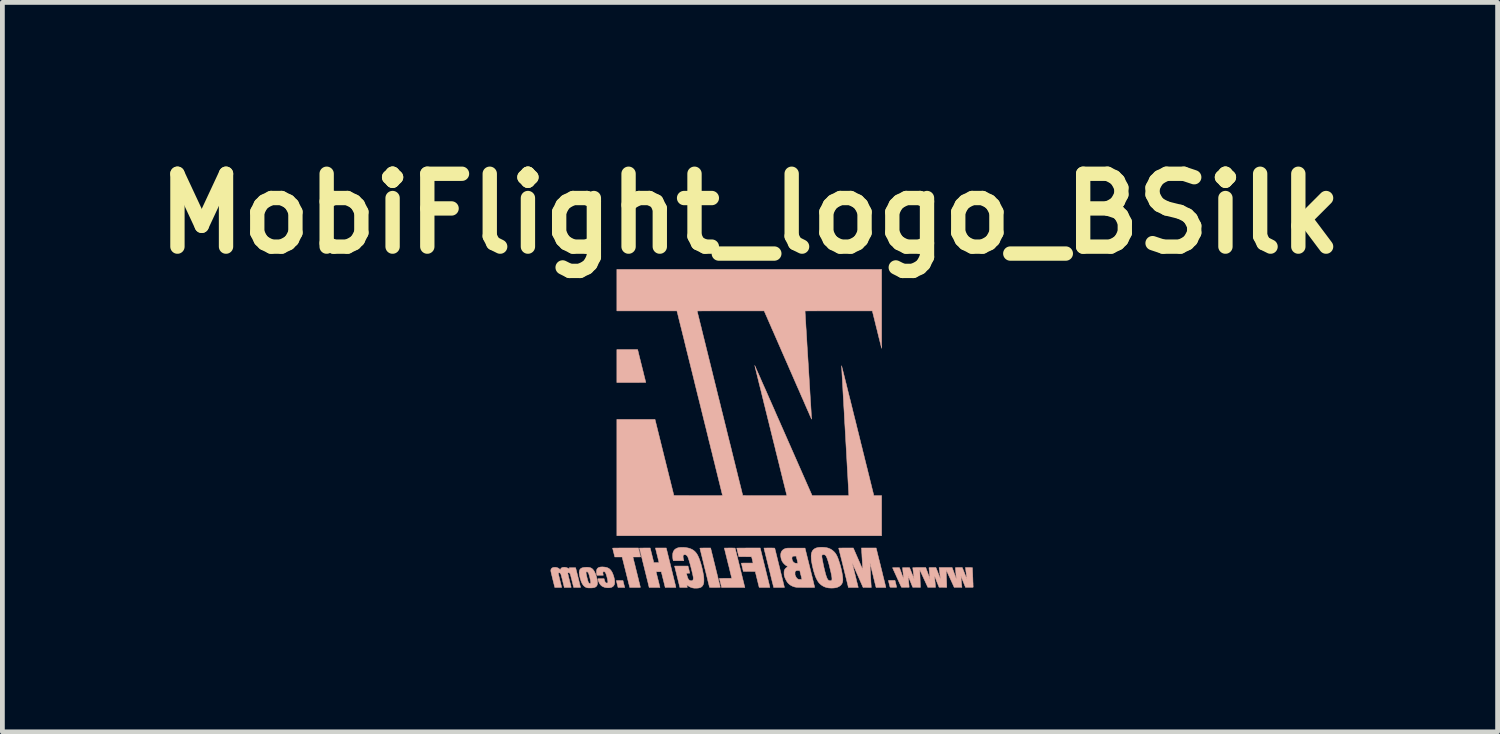
<source format=kicad_pcb>
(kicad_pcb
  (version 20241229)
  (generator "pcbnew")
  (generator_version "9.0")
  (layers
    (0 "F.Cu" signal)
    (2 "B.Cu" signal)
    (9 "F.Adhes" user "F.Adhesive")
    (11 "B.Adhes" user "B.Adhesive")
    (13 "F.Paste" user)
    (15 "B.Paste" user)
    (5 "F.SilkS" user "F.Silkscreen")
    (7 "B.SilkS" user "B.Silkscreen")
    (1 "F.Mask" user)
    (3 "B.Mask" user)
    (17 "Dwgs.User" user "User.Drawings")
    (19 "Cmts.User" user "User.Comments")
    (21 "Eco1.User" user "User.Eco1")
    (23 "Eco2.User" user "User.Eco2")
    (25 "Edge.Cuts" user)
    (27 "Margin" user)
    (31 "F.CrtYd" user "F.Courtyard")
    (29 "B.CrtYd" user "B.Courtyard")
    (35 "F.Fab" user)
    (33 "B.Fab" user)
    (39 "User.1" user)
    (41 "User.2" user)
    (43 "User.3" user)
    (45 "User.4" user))
  (footprint "MobiFlight_logo_BSilk"
    (layer "F.Cu")
    (at 12.885 5.918)
    (property "Reference" "MobiFlight_logo_BSilk" (at -0.25 -4.5 0) (layer "F.SilkS") (effects (font (size 1.524 1.524) (thickness 0.3))))
    (attr through_hole)
    (fp_poly (pts (xy -2.976 3.173) (xy -2.907 3.173) (xy -2.891 3.239) (xy -2.886 3.258) (xy -2.881 3.276) (xy -2.877 3.292) (xy -2.874 3.303) (xy -2.872 3.31) (xy -2.872 3.311) (xy -2.87 3.318) (xy -3.01 3.318) (xy -3.013 3.306) (xy -3.016 3.292) (xy -3.021 3.276) (xy -3.025 3.258) (xy -3.03 3.239) (xy -3.034 3.221) (xy -3.038 3.204) (xy -3.041 3.191) (xy -3.044 3.181) (xy -3.045 3.175) (xy -3.045 3.175) (xy -3.042 3.174) (xy -3.033 3.173) (xy -3.019 3.173) (xy -2.999 3.172) (xy -2.976 3.173)) (stroke (width 0.01) (type solid)) (fill yes) (layer "B.SilkS"))
    (fp_poly (pts (xy 2.784 3.181) (xy 2.788 3.194) (xy 2.792 3.211) (xy 2.796 3.229) (xy 2.801 3.247) (xy 2.805 3.265) (xy 2.809 3.282) (xy 2.813 3.296) (xy 2.815 3.306) (xy 2.816 3.311) (xy 2.816 3.311) (xy 2.813 3.313) (xy 2.805 3.314) (xy 2.793 3.314) (xy 2.777 3.315) (xy 2.76 3.315) (xy 2.742 3.315) (xy 2.724 3.315) (xy 2.708 3.314) (xy 2.694 3.313) (xy 2.684 3.312) (xy 2.679 3.311) (xy 2.678 3.311) (xy 2.677 3.305) (xy 2.674 3.295) (xy 2.67 3.281) (xy 2.666 3.265) (xy 2.662 3.247) (xy 2.657 3.229) (xy 2.653 3.212) (xy 2.65 3.196) (xy 2.647 3.184) (xy 2.645 3.176) (xy 2.645 3.174) (xy 2.645 3.172) (xy 2.648 3.171) (xy 2.653 3.17) (xy 2.662 3.169) (xy 2.675 3.169) (xy 2.692 3.169) (xy 2.713 3.169) (xy 2.781 3.169) (xy 2.784 3.181)) (stroke (width 0.01) (type solid)) (fill yes) (layer "B.SilkS"))
    (fp_poly (pts (xy -2.597 -1.645) (xy -2.596 -1.64) (xy -2.593 -1.63) (xy -2.589 -1.614) (xy -2.584 -1.593) (xy -2.578 -1.568) (xy -2.571 -1.539) (xy -2.563 -1.506) (xy -2.554 -1.47) (xy -2.544 -1.431) (xy -2.534 -1.39) (xy -2.523 -1.347) (xy -2.513 -1.306) (xy -2.502 -1.262) (xy -2.491 -1.219) (xy -2.481 -1.178) (xy -2.472 -1.14) (xy -2.463 -1.105) (xy -2.455 -1.073) (xy -2.448 -1.045) (xy -2.442 -1.021) (xy -2.437 -1.001) (xy -2.433 -0.987) (xy -2.431 -0.977) (xy -2.43 -0.974) (xy -2.43 -0.973) (xy -2.431 -0.972) (xy -2.433 -0.971) (xy -2.436 -0.971) (xy -2.441 -0.97) (xy -2.449 -0.97) (xy -2.459 -0.969) (xy -2.472 -0.969) (xy -2.489 -0.969) (xy -2.509 -0.969) (xy -2.534 -0.969) (xy -2.563 -0.969) (xy -2.597 -0.968) (xy -2.636 -0.968) (xy -2.68 -0.968) (xy -2.731 -0.968) (xy -2.732 -0.968) (xy -3.035 -0.968) (xy -3.035 -1.657) (xy -2.601 -1.657) (xy -2.597 -1.645)) (stroke (width 0.01) (type solid)) (fill yes) (layer "B.SilkS"))
    (fp_poly (pts (xy -0.973 2.901) (xy -0.961 2.951) (xy -0.949 2.999) (xy -0.938 3.045) (xy -0.927 3.089) (xy -0.917 3.129) (xy -0.908 3.167) (xy -0.899 3.201) (xy -0.892 3.231) (xy -0.885 3.258) (xy -0.88 3.279) (xy -0.876 3.296) (xy -0.873 3.307) (xy -0.872 3.313) (xy -0.872 3.313) (xy -0.875 3.314) (xy -0.883 3.315) (xy -0.896 3.316) (xy -0.913 3.316) (xy -0.933 3.317) (xy -0.954 3.317) (xy -0.977 3.317) (xy -1 3.317) (xy -1.023 3.317) (xy -1.044 3.317) (xy -1.062 3.317) (xy -1.078 3.316) (xy -1.089 3.315) (xy -1.096 3.315) (xy -1.097 3.314) (xy -1.098 3.31) (xy -1.1 3.301) (xy -1.104 3.286) (xy -1.109 3.266) (xy -1.115 3.242) (xy -1.122 3.215) (xy -1.13 3.183) (xy -1.138 3.149) (xy -1.147 3.112) (xy -1.157 3.073) (xy -1.167 3.032) (xy -1.177 2.989) (xy -1.188 2.946) (xy -1.199 2.903) (xy -1.21 2.859) (xy -1.22 2.816) (xy -1.23 2.774) (xy -1.241 2.733) (xy -1.25 2.694) (xy -1.259 2.657) (xy -1.268 2.623) (xy -1.275 2.592) (xy -1.282 2.565) (xy -1.288 2.541) (xy -1.292 2.522) (xy -1.296 2.508) (xy -1.298 2.499) (xy -1.299 2.496) (xy -1.295 2.495) (xy -1.286 2.494) (xy -1.271 2.493) (xy -1.25 2.493) (xy -1.224 2.492) (xy -1.193 2.492) (xy -1.187 2.492) (xy -1.074 2.492) (xy -0.973 2.901)) (stroke (width 0.01) (type solid)) (fill yes) (layer "B.SilkS"))
    (fp_poly (pts (xy 0.184 2.492) (xy 0.208 2.492) (xy 0.227 2.493) (xy 0.241 2.493) (xy 0.252 2.493) (xy 0.259 2.494) (xy 0.264 2.495) (xy 0.266 2.496) (xy 0.268 2.497) (xy 0.268 2.498) (xy 0.269 2.502) (xy 0.271 2.511) (xy 0.275 2.526) (xy 0.28 2.546) (xy 0.286 2.57) (xy 0.293 2.598) (xy 0.3 2.629) (xy 0.309 2.663) (xy 0.318 2.7) (xy 0.328 2.74) (xy 0.338 2.781) (xy 0.348 2.823) (xy 0.359 2.866) (xy 0.37 2.909) (xy 0.38 2.953) (xy 0.391 2.996) (xy 0.401 3.038) (xy 0.411 3.079) (xy 0.421 3.118) (xy 0.43 3.154) (xy 0.439 3.189) (xy 0.446 3.22) (xy 0.453 3.247) (xy 0.459 3.271) (xy 0.463 3.29) (xy 0.467 3.304) (xy 0.469 3.313) (xy 0.47 3.317) (xy 0.47 3.317) (xy 0.467 3.317) (xy 0.458 3.317) (xy 0.445 3.317) (xy 0.427 3.318) (xy 0.405 3.318) (xy 0.381 3.318) (xy 0.357 3.318) (xy 0.245 3.318) (xy 0.243 3.311) (xy 0.242 3.307) (xy 0.24 3.297) (xy 0.236 3.282) (xy 0.231 3.262) (xy 0.225 3.237) (xy 0.217 3.208) (xy 0.209 3.175) (xy 0.2 3.138) (xy 0.19 3.098) (xy 0.18 3.055) (xy 0.169 3.01) (xy 0.157 2.962) (xy 0.145 2.913) (xy 0.141 2.899) (xy 0.129 2.85) (xy 0.117 2.802) (xy 0.106 2.757) (xy 0.095 2.713) (xy 0.085 2.673) (xy 0.076 2.636) (xy 0.068 2.602) (xy 0.06 2.572) (xy 0.054 2.547) (xy 0.049 2.526) (xy 0.045 2.51) (xy 0.043 2.499) (xy 0.041 2.494) (xy 0.041 2.494) (xy 0.044 2.493) (xy 0.053 2.493) (xy 0.067 2.493) (xy 0.084 2.493) (xy 0.106 2.492) (xy 0.13 2.492) (xy 0.154 2.492) (xy 0.184 2.492)) (stroke (width 0.01) (type solid)) (fill yes) (layer "B.SilkS"))
    (fp_poly (pts (xy -2.262 2.797) (xy -2.153 2.797) (xy -2.154 2.79) (xy -2.155 2.786) (xy -2.158 2.776) (xy -2.162 2.761) (xy -2.166 2.742) (xy -2.172 2.719) (xy -2.178 2.693) (xy -2.185 2.665) (xy -2.192 2.638) (xy -2.228 2.492) (xy -2.115 2.492) (xy -2.002 2.492) (xy -1.901 2.901) (xy -1.889 2.951) (xy -1.877 2.999) (xy -1.866 3.045) (xy -1.855 3.089) (xy -1.845 3.13) (xy -1.836 3.167) (xy -1.827 3.201) (xy -1.82 3.232) (xy -1.813 3.258) (xy -1.808 3.28) (xy -1.804 3.296) (xy -1.802 3.308) (xy -1.8 3.313) (xy -1.8 3.314) (xy -1.801 3.315) (xy -1.805 3.316) (xy -1.813 3.317) (xy -1.824 3.317) (xy -1.84 3.317) (xy -1.86 3.317) (xy -1.886 3.317) (xy -1.912 3.317) (xy -2.024 3.316) (xy -2.065 3.152) (xy -2.106 2.988) (xy -2.215 2.988) (xy -2.176 3.146) (xy -2.168 3.176) (xy -2.161 3.206) (xy -2.154 3.232) (xy -2.149 3.256) (xy -2.144 3.277) (xy -2.14 3.293) (xy -2.137 3.304) (xy -2.135 3.31) (xy -2.135 3.311) (xy -2.133 3.318) (xy -2.359 3.318) (xy -2.362 3.306) (xy -2.363 3.301) (xy -2.366 3.29) (xy -2.37 3.274) (xy -2.375 3.253) (xy -2.381 3.228) (xy -2.388 3.199) (xy -2.396 3.167) (xy -2.405 3.132) (xy -2.414 3.094) (xy -2.424 3.055) (xy -2.434 3.014) (xy -2.445 2.971) (xy -2.455 2.928) (xy -2.466 2.885) (xy -2.477 2.842) (xy -2.487 2.799) (xy -2.498 2.758) (xy -2.507 2.717) (xy -2.517 2.679) (xy -2.526 2.643) (xy -2.534 2.61) (xy -2.541 2.581) (xy -2.548 2.554) (xy -2.553 2.532) (xy -2.557 2.515) (xy -2.56 2.503) (xy -2.562 2.496) (xy -2.562 2.494) (xy -2.559 2.494) (xy -2.55 2.493) (xy -2.537 2.493) (xy -2.519 2.493) (xy -2.498 2.493) (xy -2.474 2.492) (xy -2.45 2.492) (xy -2.338 2.492) (xy -2.262 2.797)) (stroke (width 0.01) (type solid)) (fill yes) (layer "B.SilkS"))
    (fp_poly (pts (xy -0.037 2.492) (xy 0.064 2.901) (xy 0.077 2.951) (xy 0.088 2.999) (xy 0.1 3.045) (xy 0.11 3.089) (xy 0.121 3.13) (xy 0.13 3.167) (xy 0.138 3.201) (xy 0.146 3.232) (xy 0.152 3.258) (xy 0.157 3.28) (xy 0.161 3.296) (xy 0.164 3.308) (xy 0.165 3.313) (xy 0.165 3.314) (xy 0.164 3.315) (xy 0.159 3.316) (xy 0.152 3.317) (xy 0.14 3.317) (xy 0.124 3.317) (xy 0.102 3.318) (xy 0.076 3.318) (xy 0.054 3.318) (xy 0.024 3.318) (xy -0.000318 3.318) (xy -0.019 3.318) (xy -0.034 3.317) (xy -0.044 3.317) (xy -0.052 3.316) (xy -0.056 3.315) (xy -0.059 3.314) (xy -0.059 3.313) (xy -0.06 3.309) (xy -0.063 3.3) (xy -0.066 3.285) (xy -0.071 3.266) (xy -0.077 3.244) (xy -0.083 3.218) (xy -0.09 3.189) (xy -0.098 3.159) (xy -0.101 3.146) (xy -0.141 2.983) (xy -0.266 2.982) (xy -0.39 2.981) (xy -0.411 2.896) (xy -0.416 2.874) (xy -0.421 2.854) (xy -0.425 2.836) (xy -0.429 2.822) (xy -0.431 2.813) (xy -0.432 2.809) (xy -0.432 2.809) (xy -0.429 2.809) (xy -0.42 2.808) (xy -0.406 2.808) (xy -0.388 2.807) (xy -0.367 2.807) (xy -0.342 2.807) (xy -0.315 2.807) (xy -0.309 2.807) (xy -0.187 2.807) (xy -0.189 2.795) (xy -0.19 2.788) (xy -0.193 2.776) (xy -0.197 2.761) (xy -0.201 2.743) (xy -0.204 2.729) (xy -0.218 2.675) (xy -0.351 2.674) (xy -0.484 2.673) (xy -0.506 2.585) (xy -0.511 2.562) (xy -0.516 2.542) (xy -0.52 2.524) (xy -0.524 2.51) (xy -0.526 2.5) (xy -0.527 2.495) (xy -0.527 2.495) (xy -0.524 2.494) (xy -0.515 2.494) (xy -0.501 2.494) (xy -0.481 2.493) (xy -0.458 2.493) (xy -0.43 2.493) (xy -0.399 2.493) (xy -0.365 2.493) (xy -0.329 2.492) (xy -0.29 2.492) (xy -0.282 2.492) (xy -0.037 2.492)) (stroke (width 0.01) (type solid)) (fill yes) (layer "B.SilkS"))
    (fp_poly (pts (xy -3.632 2.896) (xy -3.606 2.9) (xy -3.585 2.906) (xy -3.566 2.915) (xy -3.549 2.927) (xy -3.535 2.941) (xy -3.517 2.964) (xy -3.501 2.992) (xy -3.485 3.025) (xy -3.471 3.064) (xy -3.459 3.104) (xy -3.449 3.144) (xy -3.443 3.179) (xy -3.44 3.209) (xy -3.44 3.235) (xy -3.444 3.257) (xy -3.451 3.276) (xy -3.462 3.292) (xy -3.469 3.298) (xy -3.482 3.308) (xy -3.498 3.316) (xy -3.518 3.321) (xy -3.542 3.325) (xy -3.572 3.327) (xy -3.599 3.327) (xy -3.622 3.327) (xy -3.641 3.325) (xy -3.655 3.324) (xy -3.66 3.322) (xy -3.686 3.313) (xy -3.709 3.298) (xy -3.73 3.279) (xy -3.749 3.254) (xy -3.767 3.224) (xy -3.782 3.188) (xy -3.796 3.146) (xy -3.805 3.112) (xy -3.814 3.073) (xy -3.819 3.039) (xy -3.822 3.011) (xy -3.679 3.011) (xy -3.678 3.022) (xy -3.676 3.036) (xy -3.672 3.055) (xy -3.666 3.078) (xy -3.66 3.107) (xy -3.658 3.114) (xy -3.651 3.142) (xy -3.645 3.165) (xy -3.639 3.183) (xy -3.635 3.197) (xy -3.631 3.207) (xy -3.627 3.215) (xy -3.622 3.221) (xy -3.617 3.226) (xy -3.616 3.227) (xy -3.605 3.234) (xy -3.595 3.235) (xy -3.587 3.23) (xy -3.583 3.222) (xy -3.581 3.212) (xy -3.582 3.201) (xy -3.585 3.186) (xy -3.588 3.166) (xy -3.593 3.144) (xy -3.598 3.121) (xy -3.604 3.097) (xy -3.61 3.075) (xy -3.616 3.054) (xy -3.621 3.037) (xy -3.626 3.024) (xy -3.628 3.018) (xy -3.638 3.003) (xy -3.648 2.993) (xy -3.659 2.988) (xy -3.668 2.989) (xy -3.675 2.994) (xy -3.677 2.998) (xy -3.679 3.003) (xy -3.679 3.011) (xy -3.822 3.011) (xy -3.822 3.01) (xy -3.821 2.985) (xy -3.817 2.964) (xy -3.81 2.947) (xy -3.8 2.932) (xy -3.786 2.92) (xy -3.768 2.91) (xy -3.745 2.903) (xy -3.718 2.898) (xy -3.685 2.896) (xy -3.663 2.895) (xy -3.632 2.896)) (stroke (width 0.01) (type solid)) (fill yes) (layer "B.SilkS"))
    (fp_poly (pts (xy -2.854 2.492) (xy -2.583 2.492) (xy -2.561 2.582) (xy -2.555 2.605) (xy -2.55 2.626) (xy -2.546 2.645) (xy -2.542 2.66) (xy -2.539 2.67) (xy -2.538 2.675) (xy -2.538 2.676) (xy -2.538 2.677) (xy -2.542 2.678) (xy -2.55 2.679) (xy -2.562 2.679) (xy -2.579 2.68) (xy -2.601 2.68) (xy -2.617 2.68) (xy -2.639 2.68) (xy -2.659 2.68) (xy -2.676 2.68) (xy -2.688 2.68) (xy -2.696 2.681) (xy -2.699 2.681) (xy -2.698 2.684) (xy -2.696 2.693) (xy -2.692 2.707) (xy -2.688 2.726) (xy -2.682 2.75) (xy -2.675 2.778) (xy -2.667 2.809) (xy -2.658 2.844) (xy -2.649 2.882) (xy -2.639 2.922) (xy -2.629 2.964) (xy -2.621 2.995) (xy -2.61 3.039) (xy -2.6 3.081) (xy -2.59 3.12) (xy -2.581 3.157) (xy -2.573 3.192) (xy -2.565 3.222) (xy -2.558 3.249) (xy -2.553 3.272) (xy -2.548 3.291) (xy -2.545 3.304) (xy -2.544 3.311) (xy -2.543 3.313) (xy -2.544 3.315) (xy -2.547 3.316) (xy -2.552 3.316) (xy -2.561 3.317) (xy -2.573 3.317) (xy -2.589 3.318) (xy -2.611 3.318) (xy -2.637 3.318) (xy -2.654 3.318) (xy -2.765 3.318) (xy -2.768 3.306) (xy -2.77 3.301) (xy -2.772 3.291) (xy -2.776 3.275) (xy -2.781 3.255) (xy -2.788 3.23) (xy -2.795 3.201) (xy -2.803 3.168) (xy -2.812 3.132) (xy -2.821 3.094) (xy -2.832 3.053) (xy -2.842 3.011) (xy -2.848 2.987) (xy -2.925 2.68) (xy -3.078 2.68) (xy -3.1 2.592) (xy -3.106 2.569) (xy -3.111 2.548) (xy -3.116 2.529) (xy -3.119 2.514) (xy -3.122 2.504) (xy -3.123 2.498) (xy -3.124 2.498) (xy -3.124 2.497) (xy -3.123 2.496) (xy -3.121 2.495) (xy -3.117 2.495) (xy -3.112 2.494) (xy -3.104 2.494) (xy -3.093 2.493) (xy -3.079 2.493) (xy -3.062 2.493) (xy -3.04 2.493) (xy -3.014 2.493) (xy -2.984 2.492) (xy -2.948 2.492) (xy -2.907 2.492) (xy -2.86 2.492) (xy -2.854 2.492)) (stroke (width 0.01) (type solid)) (fill yes) (layer "B.SilkS"))
    (fp_poly (pts (xy -0.645 2.492) (xy -0.621 2.492) (xy -0.602 2.493) (xy -0.588 2.493) (xy -0.577 2.493) (xy -0.57 2.494) (xy -0.565 2.495) (xy -0.562 2.496) (xy -0.561 2.497) (xy -0.561 2.498) (xy -0.56 2.502) (xy -0.557 2.511) (xy -0.554 2.526) (xy -0.549 2.546) (xy -0.543 2.571) (xy -0.535 2.6) (xy -0.527 2.633) (xy -0.518 2.669) (xy -0.508 2.709) (xy -0.498 2.752) (xy -0.487 2.797) (xy -0.475 2.844) (xy -0.463 2.893) (xy -0.461 2.902) (xy -0.449 2.951) (xy -0.437 2.999) (xy -0.426 3.044) (xy -0.415 3.088) (xy -0.405 3.128) (xy -0.396 3.166) (xy -0.387 3.199) (xy -0.38 3.229) (xy -0.374 3.255) (xy -0.368 3.277) (xy -0.364 3.293) (xy -0.362 3.304) (xy -0.36 3.309) (xy -0.36 3.309) (xy -0.358 3.318) (xy -0.844 3.318) (xy -0.866 3.227) (xy -0.872 3.204) (xy -0.878 3.183) (xy -0.883 3.164) (xy -0.886 3.149) (xy -0.889 3.138) (xy -0.891 3.133) (xy -0.891 3.132) (xy -0.891 3.131) (xy -0.889 3.13) (xy -0.885 3.129) (xy -0.878 3.129) (xy -0.867 3.128) (xy -0.853 3.128) (xy -0.834 3.128) (xy -0.811 3.127) (xy -0.782 3.127) (xy -0.762 3.127) (xy -0.734 3.127) (xy -0.708 3.127) (xy -0.685 3.127) (xy -0.665 3.127) (xy -0.649 3.126) (xy -0.638 3.126) (xy -0.632 3.125) (xy -0.632 3.125) (xy -0.633 3.122) (xy -0.635 3.112) (xy -0.638 3.098) (xy -0.643 3.079) (xy -0.649 3.055) (xy -0.656 3.027) (xy -0.664 2.995) (xy -0.672 2.96) (xy -0.681 2.922) (xy -0.691 2.882) (xy -0.702 2.84) (xy -0.71 2.809) (xy -0.72 2.765) (xy -0.731 2.724) (xy -0.74 2.684) (xy -0.75 2.647) (xy -0.758 2.613) (xy -0.766 2.583) (xy -0.772 2.556) (xy -0.778 2.533) (xy -0.782 2.516) (xy -0.785 2.503) (xy -0.787 2.495) (xy -0.787 2.494) (xy -0.784 2.493) (xy -0.776 2.493) (xy -0.762 2.493) (xy -0.744 2.493) (xy -0.723 2.493) (xy -0.699 2.492) (xy -0.675 2.492) (xy -0.645 2.492)) (stroke (width 0.01) (type solid)) (fill yes) (layer "B.SilkS"))
    (fp_poly (pts (xy -3.295 2.891) (xy -3.261 2.896) (xy -3.232 2.905) (xy -3.206 2.918) (xy -3.183 2.934) (xy -3.163 2.956) (xy -3.158 2.962) (xy -3.142 2.986) (xy -3.127 3.014) (xy -3.114 3.047) (xy -3.102 3.081) (xy -3.092 3.117) (xy -3.085 3.151) (xy -3.081 3.184) (xy -3.08 3.205) (xy -3.082 3.235) (xy -3.089 3.26) (xy -3.101 3.281) (xy -3.118 3.298) (xy -3.139 3.311) (xy -3.165 3.319) (xy -3.195 3.323) (xy -3.231 3.323) (xy -3.256 3.321) (xy -3.292 3.314) (xy -3.323 3.302) (xy -3.35 3.287) (xy -3.373 3.266) (xy -3.393 3.24) (xy -3.407 3.215) (xy -3.415 3.196) (xy -3.423 3.177) (xy -3.428 3.16) (xy -3.431 3.146) (xy -3.432 3.139) (xy -3.432 3.137) (xy -3.429 3.136) (xy -3.424 3.135) (xy -3.416 3.134) (xy -3.404 3.134) (xy -3.387 3.134) (xy -3.367 3.134) (xy -3.302 3.134) (xy -3.299 3.147) (xy -3.292 3.171) (xy -3.286 3.189) (xy -3.279 3.203) (xy -3.271 3.213) (xy -3.263 3.22) (xy -3.252 3.224) (xy -3.241 3.226) (xy -3.231 3.224) (xy -3.226 3.221) (xy -3.224 3.214) (xy -3.223 3.202) (xy -3.224 3.186) (xy -3.227 3.167) (xy -3.231 3.146) (xy -3.236 3.123) (xy -3.242 3.099) (xy -3.248 3.076) (xy -3.255 3.054) (xy -3.262 3.035) (xy -3.268 3.018) (xy -3.275 3.006) (xy -3.277 3.004) (xy -3.286 2.994) (xy -3.297 2.987) (xy -3.308 2.985) (xy -3.317 2.987) (xy -3.322 2.992) (xy -3.326 3.002) (xy -3.327 3.016) (xy -3.325 3.034) (xy -3.32 3.055) (xy -3.319 3.058) (xy -3.319 3.06) (xy -3.32 3.062) (xy -3.323 3.063) (xy -3.33 3.063) (xy -3.339 3.063) (xy -3.354 3.063) (xy -3.373 3.063) (xy -3.385 3.063) (xy -3.453 3.062) (xy -3.457 3.043) (xy -3.459 3.027) (xy -3.461 3.008) (xy -3.461 2.989) (xy -3.46 2.97) (xy -3.458 2.955) (xy -3.456 2.947) (xy -3.447 2.928) (xy -3.436 2.914) (xy -3.42 2.903) (xy -3.4 2.895) (xy -3.376 2.89) (xy -3.346 2.888) (xy -3.334 2.888) (xy -3.295 2.891)) (stroke (width 0.01) (type solid)) (fill yes) (layer "B.SilkS"))
    (fp_poly (pts (xy 1.271 2.477) (xy 1.308 2.48) (xy 1.354 2.486) (xy 1.396 2.498) (xy 1.436 2.516) (xy 1.472 2.539) (xy 1.504 2.567) (xy 1.524 2.588) (xy 1.542 2.612) (xy 1.559 2.64) (xy 1.575 2.672) (xy 1.59 2.709) (xy 1.603 2.745) (xy 1.624 2.809) (xy 1.643 2.874) (xy 1.659 2.938) (xy 1.672 3.001) (xy 1.682 3.06) (xy 1.689 3.116) (xy 1.691 3.145) (xy 1.69 3.178) (xy 1.684 3.209) (xy 1.672 3.237) (xy 1.655 3.262) (xy 1.633 3.283) (xy 1.606 3.3) (xy 1.575 3.314) (xy 1.562 3.318) (xy 1.529 3.325) (xy 1.491 3.329) (xy 1.452 3.33) (xy 1.411 3.328) (xy 1.395 3.327) (xy 1.353 3.319) (xy 1.312 3.306) (xy 1.273 3.287) (xy 1.237 3.263) (xy 1.205 3.234) (xy 1.186 3.213) (xy 1.172 3.193) (xy 1.157 3.168) (xy 1.142 3.14) (xy 1.128 3.11) (xy 1.115 3.079) (xy 1.108 3.059) (xy 1.096 3.021) (xy 1.083 2.979) (xy 1.071 2.934) (xy 1.06 2.888) (xy 1.05 2.843) (xy 1.042 2.8) (xy 1.035 2.761) (xy 1.033 2.746) (xy 1.031 2.722) (xy 1.03 2.696) (xy 1.029 2.67) (xy 1.03 2.658) (xy 1.251 2.658) (xy 1.252 2.669) (xy 1.253 2.682) (xy 1.256 2.7) (xy 1.26 2.724) (xy 1.262 2.734) (xy 1.274 2.795) (xy 1.285 2.852) (xy 1.297 2.904) (xy 1.309 2.953) (xy 1.32 2.997) (xy 1.33 3.037) (xy 1.341 3.071) (xy 1.351 3.1) (xy 1.36 3.122) (xy 1.364 3.131) (xy 1.376 3.151) (xy 1.39 3.166) (xy 1.407 3.174) (xy 1.425 3.177) (xy 1.432 3.177) (xy 1.443 3.176) (xy 1.45 3.173) (xy 1.456 3.167) (xy 1.46 3.161) (xy 1.462 3.153) (xy 1.464 3.141) (xy 1.463 3.127) (xy 1.462 3.109) (xy 1.459 3.087) (xy 1.454 3.06) (xy 1.448 3.029) (xy 1.44 2.993) (xy 1.43 2.952) (xy 1.419 2.907) (xy 1.406 2.852) (xy 1.393 2.804) (xy 1.38 2.761) (xy 1.368 2.726) (xy 1.357 2.696) (xy 1.347 2.673) (xy 1.337 2.656) (xy 1.334 2.652) (xy 1.323 2.641) (xy 1.309 2.634) (xy 1.294 2.63) (xy 1.28 2.63) (xy 1.267 2.633) (xy 1.258 2.64) (xy 1.255 2.645) (xy 1.252 2.651) (xy 1.251 2.658) (xy 1.03 2.658) (xy 1.03 2.644) (xy 1.032 2.622) (xy 1.035 2.603) (xy 1.036 2.599) (xy 1.046 2.57) (xy 1.059 2.546) (xy 1.077 2.526) (xy 1.098 2.509) (xy 1.123 2.496) (xy 1.153 2.486) (xy 1.187 2.48) (xy 1.226 2.477) (xy 1.271 2.477)) (stroke (width 0.01) (type solid)) (fill yes) (layer "B.SilkS"))
    (fp_poly (pts (xy -1.633 2.48) (xy -1.596 2.483) (xy -1.56 2.489) (xy -1.525 2.497) (xy -1.51 2.502) (xy -1.47 2.518) (xy -1.436 2.538) (xy -1.405 2.563) (xy -1.378 2.593) (xy -1.355 2.626) (xy -1.339 2.656) (xy -1.323 2.691) (xy -1.307 2.731) (xy -1.292 2.776) (xy -1.277 2.823) (xy -1.263 2.874) (xy -1.25 2.926) (xy -1.238 2.98) (xy -1.228 3.034) (xy -1.223 3.059) (xy -1.219 3.09) (xy -1.216 3.122) (xy -1.215 3.152) (xy -1.215 3.181) (xy -1.216 3.206) (xy -1.219 3.226) (xy -1.22 3.23) (xy -1.229 3.258) (xy -1.241 3.28) (xy -1.257 3.299) (xy -1.276 3.313) (xy -1.3 3.323) (xy -1.329 3.329) (xy -1.363 3.332) (xy -1.365 3.332) (xy -1.382 3.332) (xy -1.397 3.332) (xy -1.409 3.332) (xy -1.416 3.332) (xy -1.452 3.326) (xy -1.484 3.316) (xy -1.513 3.303) (xy -1.54 3.286) (xy -1.547 3.281) (xy -1.557 3.274) (xy -1.565 3.268) (xy -1.57 3.265) (xy -1.57 3.265) (xy -1.57 3.266) (xy -1.57 3.271) (xy -1.569 3.28) (xy -1.567 3.293) (xy -1.564 3.309) (xy -1.562 3.318) (xy -1.717 3.318) (xy -1.754 3.168) (xy -1.762 3.135) (xy -1.771 3.101) (xy -1.779 3.067) (xy -1.787 3.035) (xy -1.794 3.005) (xy -1.801 2.978) (xy -1.807 2.956) (xy -1.81 2.944) (xy -1.828 2.87) (xy -1.547 2.87) (xy -1.528 2.944) (xy -1.509 3.018) (xy -1.545 3.019) (xy -1.581 3.02) (xy -1.57 3.061) (xy -1.562 3.088) (xy -1.555 3.11) (xy -1.548 3.128) (xy -1.541 3.141) (xy -1.532 3.153) (xy -1.522 3.162) (xy -1.511 3.17) (xy -1.508 3.171) (xy -1.496 3.176) (xy -1.48 3.178) (xy -1.479 3.178) (xy -1.463 3.176) (xy -1.451 3.17) (xy -1.443 3.159) (xy -1.438 3.146) (xy -1.437 3.138) (xy -1.436 3.129) (xy -1.436 3.119) (xy -1.437 3.107) (xy -1.439 3.092) (xy -1.443 3.074) (xy -1.447 3.052) (xy -1.453 3.025) (xy -1.461 2.994) (xy -1.471 2.95) (xy -1.482 2.908) (xy -1.493 2.866) (xy -1.503 2.827) (xy -1.514 2.791) (xy -1.523 2.759) (xy -1.533 2.73) (xy -1.541 2.706) (xy -1.548 2.687) (xy -1.553 2.675) (xy -1.565 2.657) (xy -1.579 2.643) (xy -1.595 2.635) (xy -1.612 2.631) (xy -1.629 2.633) (xy -1.637 2.636) (xy -1.645 2.643) (xy -1.649 2.656) (xy -1.65 2.673) (xy -1.648 2.696) (xy -1.643 2.724) (xy -1.641 2.73) (xy -1.638 2.742) (xy -1.636 2.752) (xy -1.635 2.757) (xy -1.635 2.758) (xy -1.638 2.758) (xy -1.647 2.758) (xy -1.66 2.759) (xy -1.678 2.759) (xy -1.699 2.759) (xy -1.723 2.759) (xy -1.745 2.759) (xy -1.854 2.759) (xy -1.857 2.747) (xy -1.862 2.727) (xy -1.865 2.703) (xy -1.867 2.677) (xy -1.868 2.651) (xy -1.867 2.627) (xy -1.865 2.606) (xy -1.863 2.595) (xy -1.852 2.565) (xy -1.838 2.54) (xy -1.819 2.52) (xy -1.795 2.504) (xy -1.767 2.492) (xy -1.764 2.49) (xy -1.736 2.484) (xy -1.705 2.48) (xy -1.67 2.479) (xy -1.633 2.48)) (stroke (width 0.01) (type solid)) (fill yes) (layer "B.SilkS"))
    (fp_poly (pts (xy -4.093 2.901) (xy -4.064 2.911) (xy -4.04 2.926) (xy -4.028 2.935) (xy -4.03 2.926) (xy -4.032 2.917) (xy -4.034 2.911) (xy -4.034 2.909) (xy -4.033 2.907) (xy -4.03 2.907) (xy -4.023 2.906) (xy -4.013 2.905) (xy -3.999 2.905) (xy -3.979 2.905) (xy -3.966 2.905) (xy -3.897 2.905) (xy -3.845 3.11) (xy -3.837 3.145) (xy -3.828 3.178) (xy -3.821 3.209) (xy -3.814 3.237) (xy -3.808 3.261) (xy -3.803 3.282) (xy -3.798 3.298) (xy -3.796 3.31) (xy -3.794 3.316) (xy -3.794 3.316) (xy -3.797 3.317) (xy -3.806 3.317) (xy -3.819 3.317) (xy -3.835 3.317) (xy -3.855 3.317) (xy -3.866 3.317) (xy -3.938 3.316) (xy -3.972 3.181) (xy -3.979 3.152) (xy -3.986 3.125) (xy -3.993 3.1) (xy -3.998 3.078) (xy -4.003 3.06) (xy -4.007 3.047) (xy -4.009 3.038) (xy -4.01 3.035) (xy -4.016 3.025) (xy -4.025 3.016) (xy -4.035 3.009) (xy -4.044 3.007) (xy -4.054 3.009) (xy -4.06 3.015) (xy -4.061 3.024) (xy -4.06 3.029) (xy -4.058 3.039) (xy -4.054 3.054) (xy -4.05 3.074) (xy -4.044 3.097) (xy -4.038 3.122) (xy -4.031 3.15) (xy -4.026 3.17) (xy -4.019 3.199) (xy -4.012 3.226) (xy -4.006 3.25) (xy -4.001 3.271) (xy -3.996 3.289) (xy -3.993 3.302) (xy -3.991 3.31) (xy -3.991 3.313) (xy -3.992 3.314) (xy -3.994 3.316) (xy -3.998 3.317) (xy -4.006 3.317) (xy -4.018 3.318) (xy -4.034 3.318) (xy -4.056 3.318) (xy -4.062 3.318) (xy -4.134 3.318) (xy -4.137 3.306) (xy -4.138 3.3) (xy -4.141 3.289) (xy -4.145 3.273) (xy -4.15 3.254) (xy -4.156 3.231) (xy -4.162 3.206) (xy -4.169 3.178) (xy -4.17 3.172) (xy -4.177 3.144) (xy -4.184 3.118) (xy -4.19 3.095) (xy -4.196 3.074) (xy -4.2 3.057) (xy -4.204 3.045) (xy -4.206 3.037) (xy -4.207 3.037) (xy -4.214 3.025) (xy -4.223 3.016) (xy -4.233 3.011) (xy -4.243 3.009) (xy -4.252 3.011) (xy -4.257 3.017) (xy -4.258 3.019) (xy -4.258 3.023) (xy -4.258 3.028) (xy -4.257 3.035) (xy -4.255 3.044) (xy -4.252 3.057) (xy -4.248 3.074) (xy -4.243 3.095) (xy -4.237 3.121) (xy -4.229 3.152) (xy -4.226 3.166) (xy -4.219 3.195) (xy -4.212 3.222) (xy -4.206 3.247) (xy -4.2 3.269) (xy -4.196 3.287) (xy -4.192 3.301) (xy -4.19 3.309) (xy -4.189 3.312) (xy -4.189 3.314) (xy -4.19 3.315) (xy -4.193 3.316) (xy -4.2 3.317) (xy -4.21 3.318) (xy -4.224 3.318) (xy -4.243 3.318) (xy -4.26 3.318) (xy -4.332 3.318) (xy -4.373 3.155) (xy -4.381 3.123) (xy -4.388 3.093) (xy -4.395 3.064) (xy -4.401 3.038) (xy -4.407 3.016) (xy -4.411 2.997) (xy -4.414 2.983) (xy -4.415 2.974) (xy -4.416 2.972) (xy -4.415 2.951) (xy -4.409 2.932) (xy -4.398 2.917) (xy -4.382 2.906) (xy -4.362 2.899) (xy -4.337 2.896) (xy -4.331 2.896) (xy -4.311 2.897) (xy -4.291 2.901) (xy -4.273 2.907) (xy -4.261 2.912) (xy -4.252 2.918) (xy -4.242 2.926) (xy -4.234 2.932) (xy -4.218 2.946) (xy -4.209 2.929) (xy -4.2 2.915) (xy -4.189 2.906) (xy -4.174 2.9) (xy -4.155 2.896) (xy -4.123 2.895) (xy -4.093 2.901)) (stroke (width 0.01) (type solid)) (fill yes) (layer "B.SilkS"))
    (fp_poly (pts (xy 1.001 2.9) (xy 1.013 2.95) (xy 1.025 2.998) (xy 1.036 3.044) (xy 1.047 3.087) (xy 1.057 3.128) (xy 1.066 3.166) (xy 1.075 3.2) (xy 1.082 3.231) (xy 1.088 3.257) (xy 1.094 3.278) (xy 1.098 3.295) (xy 1.1 3.306) (xy 1.101 3.312) (xy 1.102 3.312) (xy 1.101 3.314) (xy 1.1 3.315) (xy 1.098 3.315) (xy 1.093 3.316) (xy 1.086 3.317) (xy 1.076 3.317) (xy 1.063 3.317) (xy 1.046 3.317) (xy 1.025 3.318) (xy 0.999 3.318) (xy 0.967 3.318) (xy 0.93 3.317) (xy 0.928 3.317) (xy 0.894 3.317) (xy 0.862 3.317) (xy 0.831 3.317) (xy 0.803 3.316) (xy 0.778 3.316) (xy 0.757 3.316) (xy 0.741 3.315) (xy 0.73 3.315) (xy 0.727 3.314) (xy 0.686 3.308) (xy 0.647 3.295) (xy 0.611 3.278) (xy 0.578 3.256) (xy 0.549 3.23) (xy 0.549 3.23) (xy 0.529 3.206) (xy 0.511 3.177) (xy 0.494 3.145) (xy 0.479 3.111) (xy 0.471 3.087) (xy 0.467 3.074) (xy 0.465 3.063) (xy 0.463 3.051) (xy 0.463 3.037) (xy 0.462 3.024) (xy 0.691 3.024) (xy 0.691 3.039) (xy 0.691 3.049) (xy 0.693 3.058) (xy 0.696 3.067) (xy 0.702 3.078) (xy 0.704 3.083) (xy 0.715 3.104) (xy 0.726 3.12) (xy 0.737 3.132) (xy 0.75 3.14) (xy 0.752 3.142) (xy 0.76 3.145) (xy 0.767 3.147) (xy 0.776 3.149) (xy 0.789 3.149) (xy 0.801 3.149) (xy 0.817 3.149) (xy 0.828 3.148) (xy 0.834 3.147) (xy 0.835 3.146) (xy 0.834 3.143) (xy 0.832 3.133) (xy 0.829 3.12) (xy 0.825 3.102) (xy 0.82 3.082) (xy 0.814 3.059) (xy 0.812 3.053) (xy 0.79 2.962) (xy 0.758 2.962) (xy 0.738 2.963) (xy 0.722 2.965) (xy 0.711 2.97) (xy 0.702 2.976) (xy 0.697 2.982) (xy 0.694 2.987) (xy 0.692 2.994) (xy 0.691 3.002) (xy 0.691 3.015) (xy 0.691 3.024) (xy 0.462 3.024) (xy 0.462 3.018) (xy 0.462 3.016) (xy 0.462 2.998) (xy 0.463 2.985) (xy 0.464 2.974) (xy 0.466 2.966) (xy 0.468 2.958) (xy 0.469 2.955) (xy 0.479 2.937) (xy 0.493 2.919) (xy 0.51 2.903) (xy 0.528 2.892) (xy 0.528 2.891) (xy 0.546 2.882) (xy 0.526 2.872) (xy 0.498 2.855) (xy 0.471 2.832) (xy 0.447 2.807) (xy 0.427 2.779) (xy 0.419 2.765) (xy 0.409 2.739) (xy 0.4 2.709) (xy 0.398 2.7) (xy 0.626 2.7) (xy 0.627 2.718) (xy 0.631 2.737) (xy 0.637 2.756) (xy 0.647 2.773) (xy 0.653 2.782) (xy 0.667 2.795) (xy 0.681 2.804) (xy 0.696 2.809) (xy 0.7 2.81) (xy 0.711 2.811) (xy 0.723 2.812) (xy 0.734 2.813) (xy 0.744 2.812) (xy 0.749 2.812) (xy 0.75 2.811) (xy 0.75 2.808) (xy 0.748 2.799) (xy 0.745 2.786) (xy 0.741 2.769) (xy 0.737 2.75) (xy 0.732 2.729) (xy 0.726 2.707) (xy 0.72 2.684) (xy 0.717 2.673) (xy 0.714 2.661) (xy 0.685 2.661) (xy 0.665 2.662) (xy 0.651 2.664) (xy 0.64 2.67) (xy 0.633 2.678) (xy 0.63 2.685) (xy 0.626 2.7) (xy 0.398 2.7) (xy 0.394 2.678) (xy 0.392 2.657) (xy 0.392 2.624) (xy 0.397 2.594) (xy 0.408 2.567) (xy 0.423 2.545) (xy 0.444 2.526) (xy 0.47 2.511) (xy 0.501 2.5) (xy 0.502 2.5) (xy 0.506 2.499) (xy 0.512 2.498) (xy 0.518 2.497) (xy 0.525 2.496) (xy 0.535 2.495) (xy 0.547 2.495) (xy 0.563 2.495) (xy 0.582 2.494) (xy 0.605 2.494) (xy 0.633 2.494) (xy 0.666 2.494) (xy 0.704 2.494) (xy 0.9 2.494) (xy 1.001 2.9)) (stroke (width 0.01) (type solid)) (fill yes) (layer "B.SilkS"))
    (fp_poly (pts (xy 2.008 2.717) (xy 2.024 2.753) (xy 2.039 2.787) (xy 2.053 2.819) (xy 2.065 2.848) (xy 2.077 2.874) (xy 2.087 2.896) (xy 2.095 2.914) (xy 2.101 2.929) (xy 2.105 2.938) (xy 2.107 2.942) (xy 2.107 2.942) (xy 2.107 2.939) (xy 2.107 2.93) (xy 2.106 2.916) (xy 2.105 2.897) (xy 2.104 2.875) (xy 2.102 2.85) (xy 2.101 2.822) (xy 2.099 2.792) (xy 2.097 2.76) (xy 2.095 2.728) (xy 2.093 2.696) (xy 2.091 2.665) (xy 2.09 2.634) (xy 2.088 2.606) (xy 2.086 2.58) (xy 2.085 2.557) (xy 2.084 2.537) (xy 2.083 2.522) (xy 2.082 2.512) (xy 2.082 2.509) (xy 2.08 2.492) (xy 2.387 2.492) (xy 2.391 2.504) (xy 2.392 2.51) (xy 2.395 2.521) (xy 2.399 2.537) (xy 2.404 2.558) (xy 2.41 2.583) (xy 2.417 2.612) (xy 2.425 2.644) (xy 2.434 2.679) (xy 2.443 2.717) (xy 2.453 2.756) (xy 2.463 2.797) (xy 2.474 2.84) (xy 2.484 2.883) (xy 2.495 2.926) (xy 2.506 2.969) (xy 2.516 3.012) (xy 2.526 3.054) (xy 2.536 3.094) (xy 2.546 3.132) (xy 2.554 3.167) (xy 2.563 3.2) (xy 2.57 3.23) (xy 2.576 3.256) (xy 2.582 3.278) (xy 2.586 3.295) (xy 2.589 3.308) (xy 2.59 3.315) (xy 2.591 3.316) (xy 2.588 3.317) (xy 2.579 3.317) (xy 2.566 3.317) (xy 2.548 3.318) (xy 2.527 3.318) (xy 2.504 3.318) (xy 2.489 3.318) (xy 2.387 3.318) (xy 2.385 3.311) (xy 2.384 3.307) (xy 2.381 3.297) (xy 2.377 3.282) (xy 2.372 3.262) (xy 2.366 3.238) (xy 2.359 3.21) (xy 2.352 3.179) (xy 2.343 3.145) (xy 2.334 3.109) (xy 2.325 3.07) (xy 2.321 3.053) (xy 2.311 3.015) (xy 2.302 2.978) (xy 2.294 2.944) (xy 2.286 2.913) (xy 2.278 2.885) (xy 2.272 2.861) (xy 2.267 2.841) (xy 2.263 2.826) (xy 2.26 2.816) (xy 2.258 2.811) (xy 2.258 2.811) (xy 2.258 2.815) (xy 2.258 2.825) (xy 2.259 2.84) (xy 2.26 2.86) (xy 2.261 2.883) (xy 2.263 2.91) (xy 2.264 2.94) (xy 2.266 2.971) (xy 2.268 3.005) (xy 2.269 3.039) (xy 2.271 3.073) (xy 2.273 3.107) (xy 2.275 3.14) (xy 2.277 3.172) (xy 2.278 3.202) (xy 2.28 3.228) (xy 2.281 3.252) (xy 2.283 3.272) (xy 2.284 3.287) (xy 2.284 3.297) (xy 2.284 3.298) (xy 2.286 3.318) (xy 2.2 3.317) (xy 2.114 3.316) (xy 2.001 3.06) (xy 1.984 3.022) (xy 1.968 2.986) (xy 1.953 2.951) (xy 1.939 2.92) (xy 1.926 2.891) (xy 1.915 2.866) (xy 1.905 2.844) (xy 1.898 2.827) (xy 1.892 2.814) (xy 1.888 2.807) (xy 1.887 2.804) (xy 1.888 2.808) (xy 1.89 2.816) (xy 1.893 2.83) (xy 1.898 2.849) (xy 1.903 2.873) (xy 1.91 2.9) (xy 1.917 2.93) (xy 1.926 2.963) (xy 1.934 2.999) (xy 1.944 3.037) (xy 1.948 3.054) (xy 1.958 3.093) (xy 1.967 3.13) (xy 1.975 3.165) (xy 1.983 3.198) (xy 1.991 3.227) (xy 1.997 3.253) (xy 2.002 3.274) (xy 2.007 3.291) (xy 2.01 3.303) (xy 2.011 3.31) (xy 2.011 3.311) (xy 2.013 3.318) (xy 1.807 3.318) (xy 1.805 3.308) (xy 1.804 3.303) (xy 1.801 3.293) (xy 1.798 3.278) (xy 1.793 3.257) (xy 1.787 3.233) (xy 1.78 3.205) (xy 1.772 3.173) (xy 1.763 3.138) (xy 1.754 3.101) (xy 1.744 3.061) (xy 1.734 3.02) (xy 1.724 2.978) (xy 1.713 2.935) (xy 1.702 2.891) (xy 1.692 2.848) (xy 1.681 2.805) (xy 1.671 2.763) (xy 1.661 2.723) (xy 1.651 2.685) (xy 1.642 2.649) (xy 1.634 2.615) (xy 1.626 2.585) (xy 1.62 2.559) (xy 1.614 2.537) (xy 1.61 2.519) (xy 1.607 2.507) (xy 1.605 2.499) (xy 1.605 2.498) (xy 1.605 2.497) (xy 1.605 2.496) (xy 1.608 2.495) (xy 1.612 2.494) (xy 1.619 2.493) (xy 1.629 2.493) (xy 1.643 2.493) (xy 1.661 2.493) (xy 1.683 2.492) (xy 1.711 2.492) (xy 1.744 2.492) (xy 1.91 2.492) (xy 2.008 2.717)) (stroke (width 0.01) (type solid)) (fill yes) (layer "B.SilkS"))
    (fp_poly (pts (xy 3.435 2.927) (xy 3.438 2.936) (xy 3.443 2.95) (xy 3.45 2.968) (xy 3.458 2.989) (xy 3.467 3.013) (xy 3.475 3.037) (xy 3.479 3.045) (xy 3.487 3.068) (xy 3.495 3.089) (xy 3.502 3.107) (xy 3.507 3.122) (xy 3.511 3.132) (xy 3.514 3.138) (xy 3.514 3.139) (xy 3.514 3.135) (xy 3.513 3.127) (xy 3.512 3.113) (xy 3.51 3.095) (xy 3.508 3.074) (xy 3.506 3.05) (xy 3.504 3.027) (xy 3.501 3.001) (xy 3.499 2.976) (xy 3.497 2.954) (xy 3.495 2.936) (xy 3.494 2.922) (xy 3.493 2.912) (xy 3.493 2.909) (xy 3.493 2.907) (xy 3.494 2.905) (xy 3.496 2.904) (xy 3.501 2.903) (xy 3.509 2.902) (xy 3.521 2.902) (xy 3.537 2.902) (xy 3.559 2.902) (xy 3.638 2.902) (xy 3.685 3.019) (xy 3.695 3.045) (xy 3.705 3.069) (xy 3.713 3.09) (xy 3.721 3.108) (xy 3.726 3.122) (xy 3.73 3.131) (xy 3.733 3.136) (xy 3.733 3.136) (xy 3.733 3.133) (xy 3.732 3.124) (xy 3.73 3.11) (xy 3.728 3.092) (xy 3.725 3.071) (xy 3.722 3.047) (xy 3.719 3.026) (xy 3.716 3) (xy 3.713 2.976) (xy 3.71 2.954) (xy 3.708 2.936) (xy 3.706 2.922) (xy 3.705 2.912) (xy 3.705 2.909) (xy 3.705 2.902) (xy 3.977 2.902) (xy 4.021 3.021) (xy 4.031 3.047) (xy 4.04 3.071) (xy 4.047 3.092) (xy 4.054 3.11) (xy 4.06 3.125) (xy 4.063 3.134) (xy 4.065 3.139) (xy 4.066 3.139) (xy 4.065 3.136) (xy 4.065 3.127) (xy 4.063 3.113) (xy 4.062 3.095) (xy 4.06 3.074) (xy 4.057 3.05) (xy 4.055 3.023) (xy 4.055 3.022) (xy 4.052 2.995) (xy 4.05 2.971) (xy 4.048 2.949) (xy 4.046 2.931) (xy 4.045 2.916) (xy 4.045 2.907) (xy 4.045 2.903) (xy 4.045 2.903) (xy 4.048 2.903) (xy 4.057 2.903) (xy 4.07 2.902) (xy 4.087 2.902) (xy 4.107 2.902) (xy 4.118 2.902) (xy 4.189 2.902) (xy 4.237 3.021) (xy 4.247 3.047) (xy 4.257 3.071) (xy 4.265 3.092) (xy 4.273 3.11) (xy 4.278 3.124) (xy 4.283 3.134) (xy 4.285 3.139) (xy 4.285 3.139) (xy 4.285 3.136) (xy 4.284 3.127) (xy 4.282 3.114) (xy 4.28 3.097) (xy 4.278 3.078) (xy 4.275 3.056) (xy 4.272 3.033) (xy 4.269 3.01) (xy 4.266 2.987) (xy 4.263 2.966) (xy 4.261 2.947) (xy 4.259 2.931) (xy 4.257 2.919) (xy 4.256 2.914) (xy 4.254 2.902) (xy 4.327 2.902) (xy 4.348 2.902) (xy 4.367 2.902) (xy 4.382 2.903) (xy 4.393 2.903) (xy 4.4 2.904) (xy 4.401 2.904) (xy 4.401 2.908) (xy 4.401 2.917) (xy 4.402 2.932) (xy 4.402 2.951) (xy 4.403 2.974) (xy 4.404 3.001) (xy 4.406 3.032) (xy 4.407 3.064) (xy 4.408 3.099) (xy 4.409 3.105) (xy 4.41 3.14) (xy 4.411 3.173) (xy 4.412 3.204) (xy 4.414 3.232) (xy 4.414 3.257) (xy 4.415 3.277) (xy 4.416 3.293) (xy 4.416 3.304) (xy 4.416 3.309) (xy 4.416 3.309) (xy 4.416 3.311) (xy 4.414 3.312) (xy 4.411 3.313) (xy 4.404 3.314) (xy 4.395 3.314) (xy 4.381 3.315) (xy 4.362 3.315) (xy 4.337 3.315) (xy 4.336 3.315) (xy 4.256 3.315) (xy 4.208 3.196) (xy 4.198 3.17) (xy 4.188 3.146) (xy 4.18 3.125) (xy 4.172 3.108) (xy 4.166 3.094) (xy 4.162 3.084) (xy 4.16 3.08) (xy 4.16 3.08) (xy 4.16 3.083) (xy 4.161 3.092) (xy 4.162 3.106) (xy 4.163 3.123) (xy 4.165 3.143) (xy 4.167 3.165) (xy 4.169 3.188) (xy 4.171 3.212) (xy 4.173 3.234) (xy 4.175 3.255) (xy 4.177 3.274) (xy 4.179 3.289) (xy 4.18 3.3) (xy 4.18 3.3) (xy 4.182 3.315) (xy 4.02 3.315) (xy 3.969 3.203) (xy 3.956 3.174) (xy 3.942 3.144) (xy 3.928 3.114) (xy 3.914 3.084) (xy 3.902 3.058) (xy 3.891 3.034) (xy 3.885 3.021) (xy 3.876 3.001) (xy 3.868 2.984) (xy 3.861 2.969) (xy 3.856 2.959) (xy 3.853 2.952) (xy 3.852 2.951) (xy 3.852 2.954) (xy 3.852 2.963) (xy 3.852 2.977) (xy 3.853 2.996) (xy 3.854 3.019) (xy 3.855 3.045) (xy 3.856 3.074) (xy 3.857 3.105) (xy 3.857 3.115) (xy 3.859 3.147) (xy 3.86 3.178) (xy 3.861 3.206) (xy 3.862 3.232) (xy 3.863 3.255) (xy 3.863 3.273) (xy 3.864 3.287) (xy 3.864 3.295) (xy 3.864 3.296) (xy 3.864 3.315) (xy 3.784 3.314) (xy 3.704 3.313) (xy 3.656 3.195) (xy 3.646 3.169) (xy 3.637 3.145) (xy 3.628 3.124) (xy 3.621 3.106) (xy 3.615 3.092) (xy 3.611 3.082) (xy 3.608 3.078) (xy 3.608 3.077) (xy 3.608 3.081) (xy 3.609 3.09) (xy 3.61 3.103) (xy 3.611 3.121) (xy 3.613 3.143) (xy 3.616 3.167) (xy 3.618 3.189) (xy 3.621 3.216) (xy 3.623 3.24) (xy 3.625 3.262) (xy 3.627 3.28) (xy 3.628 3.295) (xy 3.629 3.304) (xy 3.629 3.308) (xy 3.629 3.315) (xy 3.469 3.315) (xy 3.385 3.132) (xy 3.37 3.1) (xy 3.356 3.07) (xy 3.343 3.042) (xy 3.332 3.017) (xy 3.322 2.996) (xy 3.313 2.978) (xy 3.307 2.964) (xy 3.302 2.954) (xy 3.3 2.95) (xy 3.3 2.95) (xy 3.3 2.954) (xy 3.3 2.962) (xy 3.301 2.976) (xy 3.301 2.994) (xy 3.302 3.016) (xy 3.303 3.04) (xy 3.304 3.066) (xy 3.305 3.094) (xy 3.306 3.123) (xy 3.307 3.151) (xy 3.308 3.179) (xy 3.309 3.205) (xy 3.31 3.23) (xy 3.311 3.251) (xy 3.312 3.269) (xy 3.313 3.282) (xy 3.314 3.315) (xy 3.233 3.314) (xy 3.152 3.313) (xy 3.106 3.197) (xy 3.095 3.171) (xy 3.086 3.147) (xy 3.077 3.126) (xy 3.07 3.108) (xy 3.064 3.094) (xy 3.06 3.084) (xy 3.058 3.079) (xy 3.057 3.078) (xy 3.057 3.081) (xy 3.058 3.089) (xy 3.059 3.102) (xy 3.06 3.12) (xy 3.062 3.141) (xy 3.064 3.164) (xy 3.066 3.182) (xy 3.068 3.208) (xy 3.071 3.232) (xy 3.073 3.254) (xy 3.075 3.273) (xy 3.076 3.288) (xy 3.077 3.297) (xy 3.077 3.3) (xy 3.078 3.313) (xy 2.998 3.314) (xy 2.976 3.314) (xy 2.957 3.314) (xy 2.94 3.314) (xy 2.927 3.313) (xy 2.919 3.313) (xy 2.917 3.312) (xy 2.915 3.309) (xy 2.911 3.3) (xy 2.904 3.286) (xy 2.896 3.268) (xy 2.886 3.247) (xy 2.875 3.224) (xy 2.863 3.197) (xy 2.851 3.17) (xy 2.837 3.14) (xy 2.824 3.111) (xy 2.81 3.081) (xy 2.797 3.052) (xy 2.784 3.024) (xy 2.772 2.997) (xy 2.761 2.973) (xy 2.751 2.952) (xy 2.743 2.934) (xy 2.737 2.919) (xy 2.733 2.91) (xy 2.731 2.905) (xy 2.731 2.905) (xy 2.734 2.904) (xy 2.743 2.903) (xy 2.757 2.903) (xy 2.777 2.903) (xy 2.801 2.903) (xy 2.803 2.903) (xy 2.875 2.904) (xy 2.918 3.02) (xy 2.927 3.046) (xy 2.936 3.069) (xy 2.944 3.09) (xy 2.951 3.107) (xy 2.956 3.12) (xy 2.96 3.129) (xy 2.961 3.133) (xy 2.962 3.133) (xy 2.961 3.129) (xy 2.961 3.119) (xy 2.96 3.105) (xy 2.958 3.086) (xy 2.956 3.064) (xy 2.954 3.04) (xy 2.951 3.017) (xy 2.949 2.991) (xy 2.946 2.968) (xy 2.944 2.946) (xy 2.942 2.929) (xy 2.941 2.915) (xy 2.94 2.907) (xy 2.94 2.904) (xy 2.943 2.903) (xy 2.952 2.903) (xy 2.965 2.903) (xy 2.981 2.903) (xy 3.001 2.903) (xy 3.014 2.903) (xy 3.087 2.904) (xy 3.134 3.021) (xy 3.144 3.046) (xy 3.154 3.07) (xy 3.162 3.09) (xy 3.169 3.108) (xy 3.175 3.121) (xy 3.179 3.13) (xy 3.181 3.134) (xy 3.181 3.134) (xy 3.181 3.13) (xy 3.18 3.12) (xy 3.178 3.105) (xy 3.176 3.087) (xy 3.173 3.065) (xy 3.17 3.041) (xy 3.167 3.018) (xy 3.164 2.992) (xy 3.161 2.968) (xy 3.158 2.947) (xy 3.156 2.929) (xy 3.154 2.916) (xy 3.153 2.907) (xy 3.153 2.904) (xy 3.156 2.904) (xy 3.165 2.903) (xy 3.178 2.903) (xy 3.197 2.903) (xy 3.219 2.902) (xy 3.244 2.902) (xy 3.271 2.902) (xy 3.289 2.902) (xy 3.425 2.902) (xy 3.435 2.927)) (stroke (width 0.01) (type solid)) (fill yes) (layer "B.SilkS"))
    (fp_poly (pts (xy 2.502 -1.684) (xy 2.461 -1.848) (xy 2.453 -1.88) (xy 2.443 -1.918) (xy 2.433 -1.959) (xy 2.422 -2.004) (xy 2.411 -2.05) (xy 2.399 -2.097) (xy 2.387 -2.144) (xy 2.376 -2.19) (xy 2.365 -2.233) (xy 2.364 -2.239) (xy 2.307 -2.467) (xy 1.605 -2.467) (xy 1.538 -2.467) (xy 1.474 -2.467) (xy 1.411 -2.467) (xy 1.351 -2.467) (xy 1.293 -2.467) (xy 1.238 -2.467) (xy 1.186 -2.467) (xy 1.137 -2.466) (xy 1.092 -2.466) (xy 1.052 -2.466) (xy 1.015 -2.466) (xy 0.983 -2.466) (xy 0.956 -2.466) (xy 0.934 -2.465) (xy 0.917 -2.465) (xy 0.906 -2.465) (xy 0.901 -2.465) (xy 0.901 -2.465) (xy 0.901 -2.461) (xy 0.901 -2.452) (xy 0.902 -2.437) (xy 0.903 -2.416) (xy 0.905 -2.389) (xy 0.907 -2.358) (xy 0.909 -2.321) (xy 0.911 -2.28) (xy 0.914 -2.234) (xy 0.917 -2.183) (xy 0.92 -2.129) (xy 0.924 -2.071) (xy 0.928 -2.009) (xy 0.932 -1.944) (xy 0.936 -1.876) (xy 0.94 -1.804) (xy 0.944 -1.73) (xy 0.949 -1.654) (xy 0.954 -1.575) (xy 0.959 -1.494) (xy 0.964 -1.411) (xy 0.969 -1.333) (xy 0.974 -1.249) (xy 0.979 -1.167) (xy 0.984 -1.086) (xy 0.989 -1.007) (xy 0.993 -0.931) (xy 0.998 -0.857) (xy 1.002 -0.786) (xy 1.006 -0.718) (xy 1.01 -0.653) (xy 1.014 -0.591) (xy 1.018 -0.534) (xy 1.021 -0.48) (xy 1.024 -0.43) (xy 1.027 -0.384) (xy 1.029 -0.343) (xy 1.031 -0.307) (xy 1.033 -0.276) (xy 1.035 -0.25) (xy 1.036 -0.229) (xy 1.037 -0.214) (xy 1.037 -0.205) (xy 1.037 -0.203) (xy 1.036 -0.205) (xy 1.032 -0.214) (xy 1.026 -0.227) (xy 1.018 -0.246) (xy 1.007 -0.27) (xy 0.994 -0.299) (xy 0.98 -0.333) (xy 0.963 -0.371) (xy 0.944 -0.413) (xy 0.924 -0.459) (xy 0.902 -0.509) (xy 0.879 -0.563) (xy 0.854 -0.62) (xy 0.827 -0.68) (xy 0.8 -0.743) (xy 0.771 -0.81) (xy 0.74 -0.879) (xy 0.709 -0.95) (xy 0.677 -1.023) (xy 0.644 -1.099) (xy 0.61 -1.177) (xy 0.575 -1.256) (xy 0.548 -1.319) (xy 0.513 -1.399) (xy 0.478 -1.478) (xy 0.444 -1.556) (xy 0.411 -1.631) (xy 0.379 -1.705) (xy 0.348 -1.776) (xy 0.318 -1.845) (xy 0.289 -1.911) (xy 0.261 -1.975) (xy 0.235 -2.035) (xy 0.209 -2.092) (xy 0.186 -2.146) (xy 0.164 -2.196) (xy 0.144 -2.242) (xy 0.125 -2.285) (xy 0.109 -2.323) (xy 0.094 -2.356) (xy 0.081 -2.385) (xy 0.071 -2.409) (xy 0.063 -2.428) (xy 0.056 -2.441) (xy 0.053 -2.449) (xy 0.052 -2.452) (xy 0.044 -2.467) (xy -0.656 -2.467) (xy -0.724 -2.467) (xy -0.791 -2.467) (xy -0.855 -2.467) (xy -0.916 -2.467) (xy -0.975 -2.467) (xy -1.031 -2.467) (xy -1.083 -2.466) (xy -1.131 -2.466) (xy -1.175 -2.466) (xy -1.215 -2.466) (xy -1.251 -2.466) (xy -1.282 -2.465) (xy -1.308 -2.465) (xy -1.328 -2.465) (xy -1.343 -2.465) (xy -1.353 -2.464) (xy -1.356 -2.464) (xy -1.355 -2.461) (xy -1.353 -2.452) (xy -1.349 -2.437) (xy -1.344 -2.416) (xy -1.338 -2.39) (xy -1.33 -2.359) (xy -1.321 -2.323) (xy -1.311 -2.282) (xy -1.3 -2.237) (xy -1.288 -2.187) (xy -1.274 -2.134) (xy -1.26 -2.076) (xy -1.245 -2.014) (xy -1.229 -1.949) (xy -1.212 -1.881) (xy -1.194 -1.809) (xy -1.176 -1.735) (xy -1.157 -1.658) (xy -1.137 -1.578) (xy -1.117 -1.496) (xy -1.096 -1.412) (xy -1.075 -1.326) (xy -1.053 -1.238) (xy -1.031 -1.148) (xy -1.009 -1.058) (xy -0.986 -0.966) (xy -0.963 -0.873) (xy -0.94 -0.779) (xy -0.917 -0.685) (xy -0.893 -0.591) (xy -0.87 -0.497) (xy -0.847 -0.402) (xy -0.823 -0.308) (xy -0.8 -0.214) (xy -0.777 -0.121) (xy -0.754 -0.029) (xy -0.732 0.062) (xy -0.71 0.151) (xy -0.688 0.239) (xy -0.666 0.326) (xy -0.645 0.41) (xy -0.625 0.493) (xy -0.605 0.573) (xy -0.586 0.651) (xy -0.567 0.726) (xy -0.55 0.798) (xy -0.532 0.867) (xy -0.516 0.933) (xy -0.501 0.995) (xy -0.486 1.053) (xy -0.473 1.108) (xy -0.46 1.158) (xy -0.449 1.204) (xy -0.438 1.246) (xy -0.429 1.283) (xy -0.421 1.315) (xy -0.415 1.342) (xy -0.409 1.363) (xy -0.405 1.379) (xy -0.403 1.39) (xy -0.401 1.394) (xy -0.401 1.394) (xy -0.398 1.395) (xy -0.389 1.395) (xy -0.374 1.395) (xy -0.353 1.395) (xy -0.328 1.396) (xy -0.298 1.396) (xy -0.263 1.396) (xy -0.224 1.396) (xy -0.182 1.397) (xy -0.136 1.397) (xy -0.088 1.397) (xy -0.036 1.397) (xy 0.018 1.397) (xy 0.061 1.397) (xy 0.521 1.397) (xy 0.519 1.388) (xy 0.517 1.379) (xy 0.513 1.365) (xy 0.508 1.345) (xy 0.502 1.319) (xy 0.494 1.289) (xy 0.486 1.254) (xy 0.476 1.215) (xy 0.465 1.171) (xy 0.453 1.123) (xy 0.44 1.072) (xy 0.427 1.017) (xy 0.412 0.958) (xy 0.397 0.897) (xy 0.381 0.833) (xy 0.365 0.766) (xy 0.348 0.697) (xy 0.33 0.626) (xy 0.312 0.553) (xy 0.293 0.478) (xy 0.275 0.402) (xy 0.256 0.325) (xy 0.236 0.247) (xy 0.217 0.168) (xy 0.197 0.089) (xy 0.178 0.01) (xy 0.158 -0.069) (xy 0.139 -0.148) (xy 0.119 -0.226) (xy 0.1 -0.304) (xy 0.081 -0.38) (xy 0.063 -0.455) (xy 0.044 -0.529) (xy 0.027 -0.601) (xy 0.009 -0.671) (xy -0.007 -0.739) (xy -0.023 -0.804) (xy -0.039 -0.867) (xy -0.054 -0.926) (xy -0.068 -0.983) (xy -0.081 -1.036) (xy -0.093 -1.085) (xy -0.104 -1.13) (xy -0.114 -1.172) (xy -0.123 -1.208) (xy -0.131 -1.241) (xy -0.138 -1.268) (xy -0.143 -1.29) (xy -0.147 -1.307) (xy -0.15 -1.318) (xy -0.152 -1.324) (xy -0.152 -1.324) (xy -0.15 -1.322) (xy -0.146 -1.313) (xy -0.14 -1.3) (xy -0.132 -1.28) (xy -0.121 -1.256) (xy -0.108 -1.227) (xy -0.093 -1.193) (xy -0.076 -1.155) (xy -0.057 -1.112) (xy -0.036 -1.065) (xy -0.014 -1.014) (xy 0.01 -0.959) (xy 0.036 -0.901) (xy 0.064 -0.839) (xy 0.093 -0.774) (xy 0.123 -0.705) (xy 0.154 -0.634) (xy 0.187 -0.56) (xy 0.221 -0.483) (xy 0.256 -0.404) (xy 0.291 -0.323) (xy 0.328 -0.239) (xy 0.366 -0.154) (xy 0.404 -0.067) (xy 0.443 0.021) (xy 0.449 0.035) (xy 1.049 1.397) (xy 1.433 1.397) (xy 1.816 1.397) (xy 1.816 1.388) (xy 1.816 1.384) (xy 1.815 1.375) (xy 1.815 1.359) (xy 1.813 1.337) (xy 1.812 1.31) (xy 1.81 1.278) (xy 1.808 1.24) (xy 1.806 1.198) (xy 1.803 1.151) (xy 1.8 1.1) (xy 1.797 1.044) (xy 1.794 0.984) (xy 1.79 0.921) (xy 1.786 0.853) (xy 1.782 0.783) (xy 1.778 0.709) (xy 1.774 0.632) (xy 1.769 0.552) (xy 1.765 0.47) (xy 1.76 0.385) (xy 1.755 0.298) (xy 1.75 0.209) (xy 1.745 0.118) (xy 1.74 0.032) (xy 1.735 -0.06) (xy 1.729 -0.151) (xy 1.724 -0.24) (xy 1.72 -0.327) (xy 1.715 -0.411) (xy 1.71 -0.493) (xy 1.706 -0.573) (xy 1.701 -0.649) (xy 1.697 -0.723) (xy 1.693 -0.793) (xy 1.69 -0.86) (xy 1.686 -0.924) (xy 1.683 -0.983) (xy 1.68 -1.038) (xy 1.677 -1.089) (xy 1.674 -1.136) (xy 1.672 -1.178) (xy 1.67 -1.215) (xy 1.668 -1.247) (xy 1.667 -1.273) (xy 1.666 -1.294) (xy 1.665 -1.31) (xy 1.665 -1.319) (xy 1.664 -1.322) (xy 1.665 -1.319) (xy 1.668 -1.311) (xy 1.671 -1.296) (xy 1.676 -1.276) (xy 1.683 -1.251) (xy 1.69 -1.221) (xy 1.699 -1.185) (xy 1.709 -1.145) (xy 1.721 -1.1) (xy 1.733 -1.051) (xy 1.746 -0.997) (xy 1.761 -0.94) (xy 1.776 -0.878) (xy 1.792 -0.813) (xy 1.809 -0.745) (xy 1.827 -0.673) (xy 1.846 -0.599) (xy 1.865 -0.521) (xy 1.885 -0.441) (xy 1.905 -0.358) (xy 1.926 -0.274) (xy 1.948 -0.187) (xy 1.97 -0.098) (xy 1.992 -0.008) (xy 2 0.024) (xy 2.023 0.115) (xy 2.045 0.205) (xy 2.066 0.293) (xy 2.088 0.378) (xy 2.108 0.462) (xy 2.129 0.544) (xy 2.148 0.623) (xy 2.167 0.699) (xy 2.185 0.772) (xy 2.203 0.842) (xy 2.219 0.909) (xy 2.235 0.972) (xy 2.25 1.032) (xy 2.263 1.088) (xy 2.276 1.139) (xy 2.288 1.187) (xy 2.298 1.23) (xy 2.308 1.268) (xy 2.316 1.301) (xy 2.323 1.329) (xy 2.329 1.352) (xy 2.333 1.369) (xy 2.336 1.38) (xy 2.337 1.386) (xy 2.337 1.387) (xy 2.34 1.397) (xy 2.502 1.397) (xy 2.502 2.235) (xy -3.035 2.235) (xy -3.035 -0.197) (xy -2.636 -0.197) (xy -2.237 -0.197) (xy -2.04 0.599) (xy -1.842 1.395) (xy -1.334 1.396) (xy -1.267 1.396) (xy -1.206 1.396) (xy -1.151 1.396) (xy -1.101 1.396) (xy -1.057 1.396) (xy -1.017 1.396) (xy -0.983 1.396) (xy -0.952 1.396) (xy -0.926 1.396) (xy -0.903 1.396) (xy -0.884 1.396) (xy -0.869 1.396) (xy -0.856 1.395) (xy -0.846 1.395) (xy -0.838 1.395) (xy -0.832 1.394) (xy -0.829 1.394) (xy -0.827 1.393) (xy -0.826 1.392) (xy -0.826 1.392) (xy -0.826 1.389) (xy -0.828 1.38) (xy -0.832 1.365) (xy -0.837 1.344) (xy -0.844 1.318) (xy -0.851 1.287) (xy -0.86 1.251) (xy -0.87 1.211) (xy -0.881 1.165) (xy -0.893 1.116) (xy -0.907 1.062) (xy -0.921 1.004) (xy -0.936 0.943) (xy -0.952 0.878) (xy -0.969 0.81) (xy -0.986 0.738) (xy -1.005 0.664) (xy -1.024 0.587) (xy -1.043 0.507) (xy -1.064 0.426) (xy -1.084 0.342) (xy -1.106 0.256) (xy -1.127 0.168) (xy -1.149 0.079) (xy -1.171 -0.011) (xy -1.194 -0.103) (xy -1.217 -0.195) (xy -1.24 -0.289) (xy -1.263 -0.382) (xy -1.286 -0.476) (xy -1.309 -0.57) (xy -1.333 -0.664) (xy -1.356 -0.757) (xy -1.379 -0.85) (xy -1.402 -0.943) (xy -1.424 -1.034) (xy -1.446 -1.124) (xy -1.468 -1.213) (xy -1.49 -1.301) (xy -1.511 -1.386) (xy -1.532 -1.47) (xy -1.552 -1.552) (xy -1.572 -1.631) (xy -1.591 -1.708) (xy -1.609 -1.782) (xy -1.626 -1.853) (xy -1.643 -1.921) (xy -1.659 -1.985) (xy -1.674 -2.046) (xy -1.688 -2.103) (xy -1.702 -2.156) (xy -1.714 -2.205) (xy -1.725 -2.25) (xy -1.735 -2.29) (xy -1.744 -2.326) (xy -1.751 -2.356) (xy -1.757 -2.381) (xy -1.762 -2.401) (xy -1.764 -2.408) (xy -1.779 -2.467) (xy -3.035 -2.467) (xy -3.035 -3.334) (xy 2.502 -3.334) (xy 2.502 -1.684)) (stroke (width 0.01) (type solid)) (fill yes) (layer "B.SilkS")))
  (gr_rect
    (start -3 -3)
    (end 28.269 12.255)
    (stroke (width 0.1) (type default))
    (fill no)
    (layer "Edge.Cuts")))
</source>
